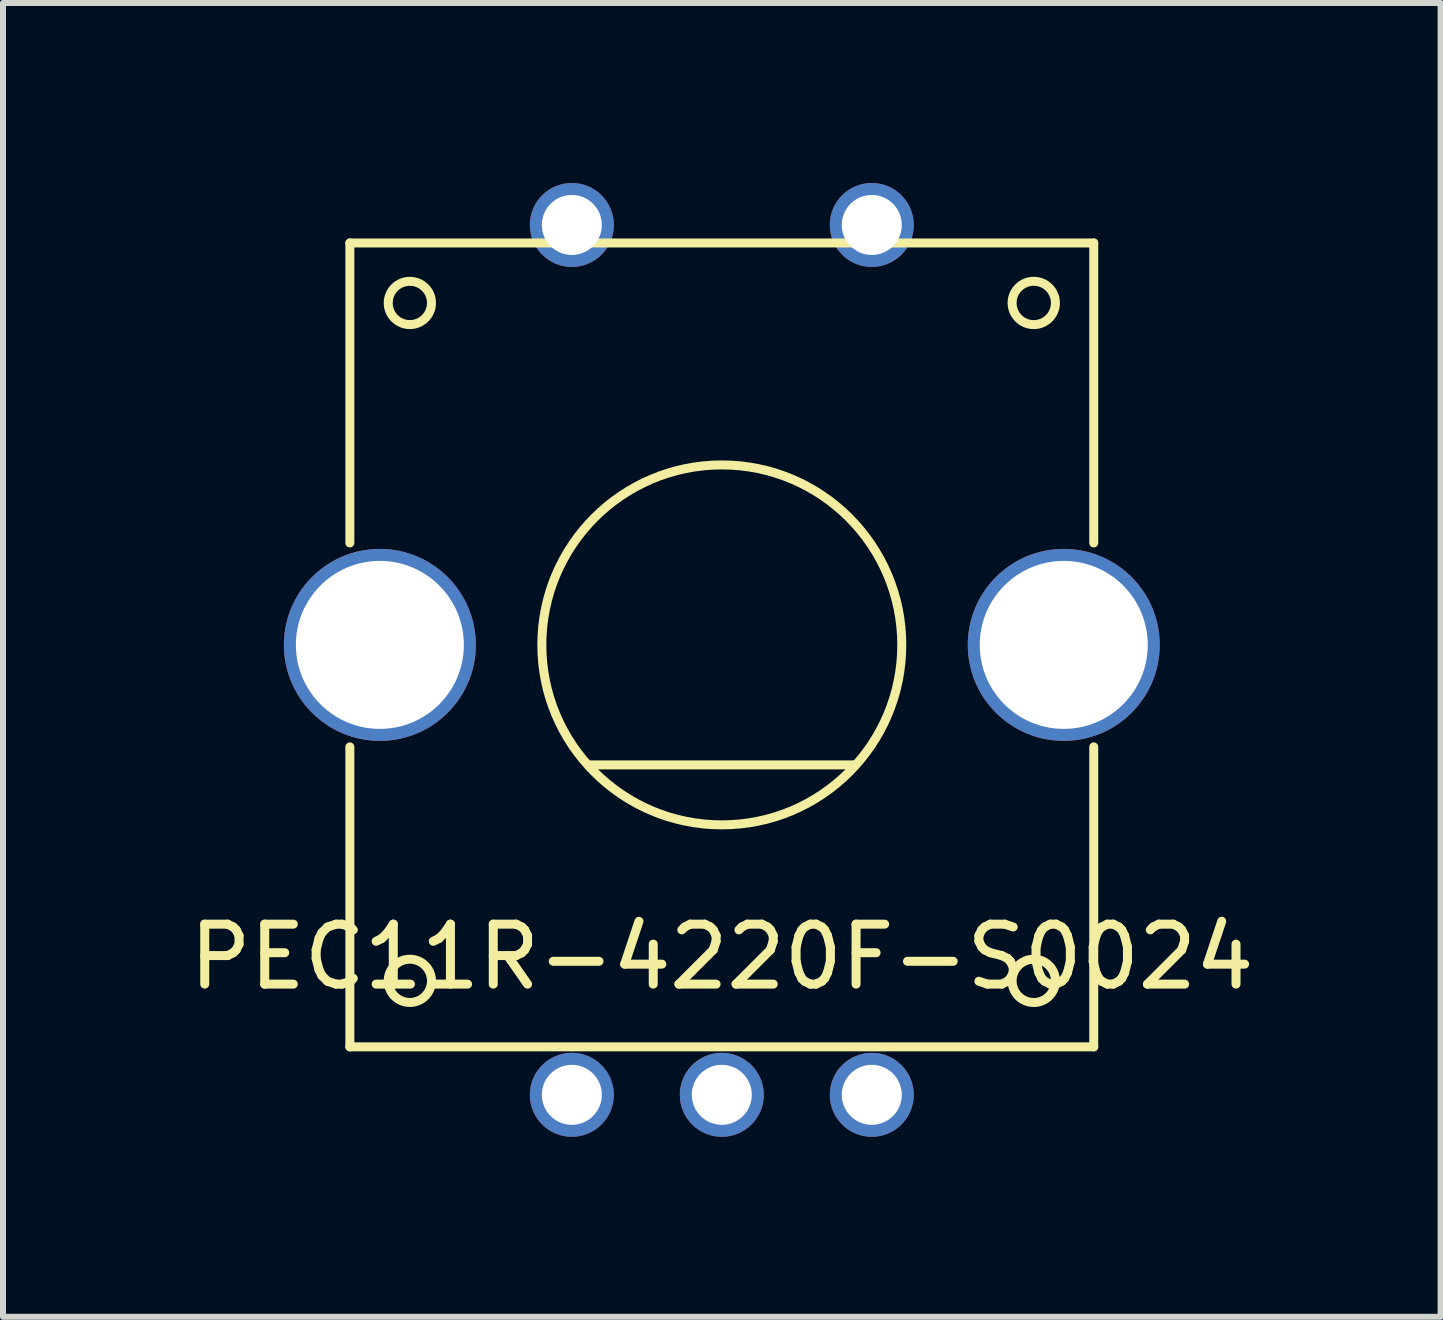
<source format=kicad_pcb>
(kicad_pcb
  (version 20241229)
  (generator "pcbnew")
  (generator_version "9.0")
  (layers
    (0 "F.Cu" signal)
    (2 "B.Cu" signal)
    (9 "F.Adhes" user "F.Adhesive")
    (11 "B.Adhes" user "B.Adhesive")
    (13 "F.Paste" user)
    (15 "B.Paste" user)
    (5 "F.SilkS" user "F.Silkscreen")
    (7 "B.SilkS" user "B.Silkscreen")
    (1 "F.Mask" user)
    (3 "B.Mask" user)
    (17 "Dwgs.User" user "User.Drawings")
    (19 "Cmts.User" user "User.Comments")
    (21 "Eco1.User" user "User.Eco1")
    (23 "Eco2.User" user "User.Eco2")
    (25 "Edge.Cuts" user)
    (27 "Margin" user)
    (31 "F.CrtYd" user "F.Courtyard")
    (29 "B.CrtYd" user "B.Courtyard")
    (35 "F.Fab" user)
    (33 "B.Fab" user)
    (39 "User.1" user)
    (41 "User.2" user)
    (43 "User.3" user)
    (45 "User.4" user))
  (footprint "PEC11R-4220F-S0024"
    (layer "F.Cu")
    (at 8.982 7.7)
    (property "Reference" "PEC11R-4220F-S0024" (at 0 5.2 0) (unlocked yes) (layer "F.SilkS") (effects (font (size 1 1) (thickness 0.15))))
    (attr through_hole)
    (fp_line (start -6.2 -6.7) (end -6.2 -1.7) (stroke (width 0.15) (type solid)) (layer "F.SilkS"))
    (fp_line (start -6.2 -6.7) (end 6.2 -6.7) (stroke (width 0.15) (type solid)) (layer "F.SilkS"))
    (fp_line (start -6.2 6.7) (end -6.2 1.7) (stroke (width 0.15) (type solid)) (layer "F.SilkS"))
    (fp_line (start -6.2 6.7) (end 6.2 6.7) (stroke (width 0.15) (type solid)) (layer "F.SilkS"))
    (fp_line (start -2.2 2) (end 2.2 2) (stroke (width 0.15) (type solid)) (layer "F.SilkS"))
    (fp_line (start 6.2 -6.7) (end 6.2 -1.7) (stroke (width 0.15) (type solid)) (layer "F.SilkS"))
    (fp_line (start 6.2 6.7) (end 6.2 1.7) (stroke (width 0.15) (type solid)) (layer "F.SilkS"))
    (fp_circle (center -5.2 -5.7) (end -5 -5.4) (stroke (width 0.15) (type solid)) (fill no) (layer "F.SilkS"))
    (fp_circle (center -5.2 5.6) (end -5 5.9) (stroke (width 0.15) (type solid)) (fill no) (layer "F.SilkS"))
    (fp_circle (center 0 0) (end 3 0) (stroke (width 0.15) (type solid)) (fill no) (layer "F.SilkS"))
    (fp_circle (center 5.2 -5.7) (end 5.561 -5.7) (stroke (width 0.15) (type solid)) (fill no) (layer "F.SilkS"))
    (fp_circle (center 5.2 5.6) (end 5.561 5.6) (stroke (width 0.15) (type solid)) (fill no) (layer "F.SilkS"))
    (pad "" thru_hole circle (at -5.7 0) (size 3.2 3.2) (drill 2.8) (layers "*.Cu" "*.Mask"))
    (pad "" thru_hole circle (at 5.7 0) (size 3.2 3.2) (drill 2.8) (layers "*.Cu" "*.Mask"))
    (pad "A" thru_hole circle (at -2.5 7.5) (size 1.4 1.4) (drill 1) (layers "*.Cu" "*.Mask"))
    (pad "B" thru_hole circle (at 2.5 7.5) (size 1.4 1.4) (drill 1) (layers "*.Cu" "*.Mask"))
    (pad "C" thru_hole circle (at 0 7.5) (size 1.4 1.4) (drill 1) (layers "*.Cu" "*.Mask"))
    (pad "S1" thru_hole circle (at -2.5 -7) (size 1.4 1.4) (drill 1) (layers "*.Cu" "*.Mask"))
    (pad "S2" thru_hole circle (at 2.5 -7) (size 1.4 1.4) (drill 1) (layers "*.Cu" "*.Mask")))
  (gr_rect
    (start -3 -3)
    (end 20.964 18.9)
    (stroke (width 0.1) (type default))
    (fill no)
    (layer "Edge.Cuts")))
</source>
